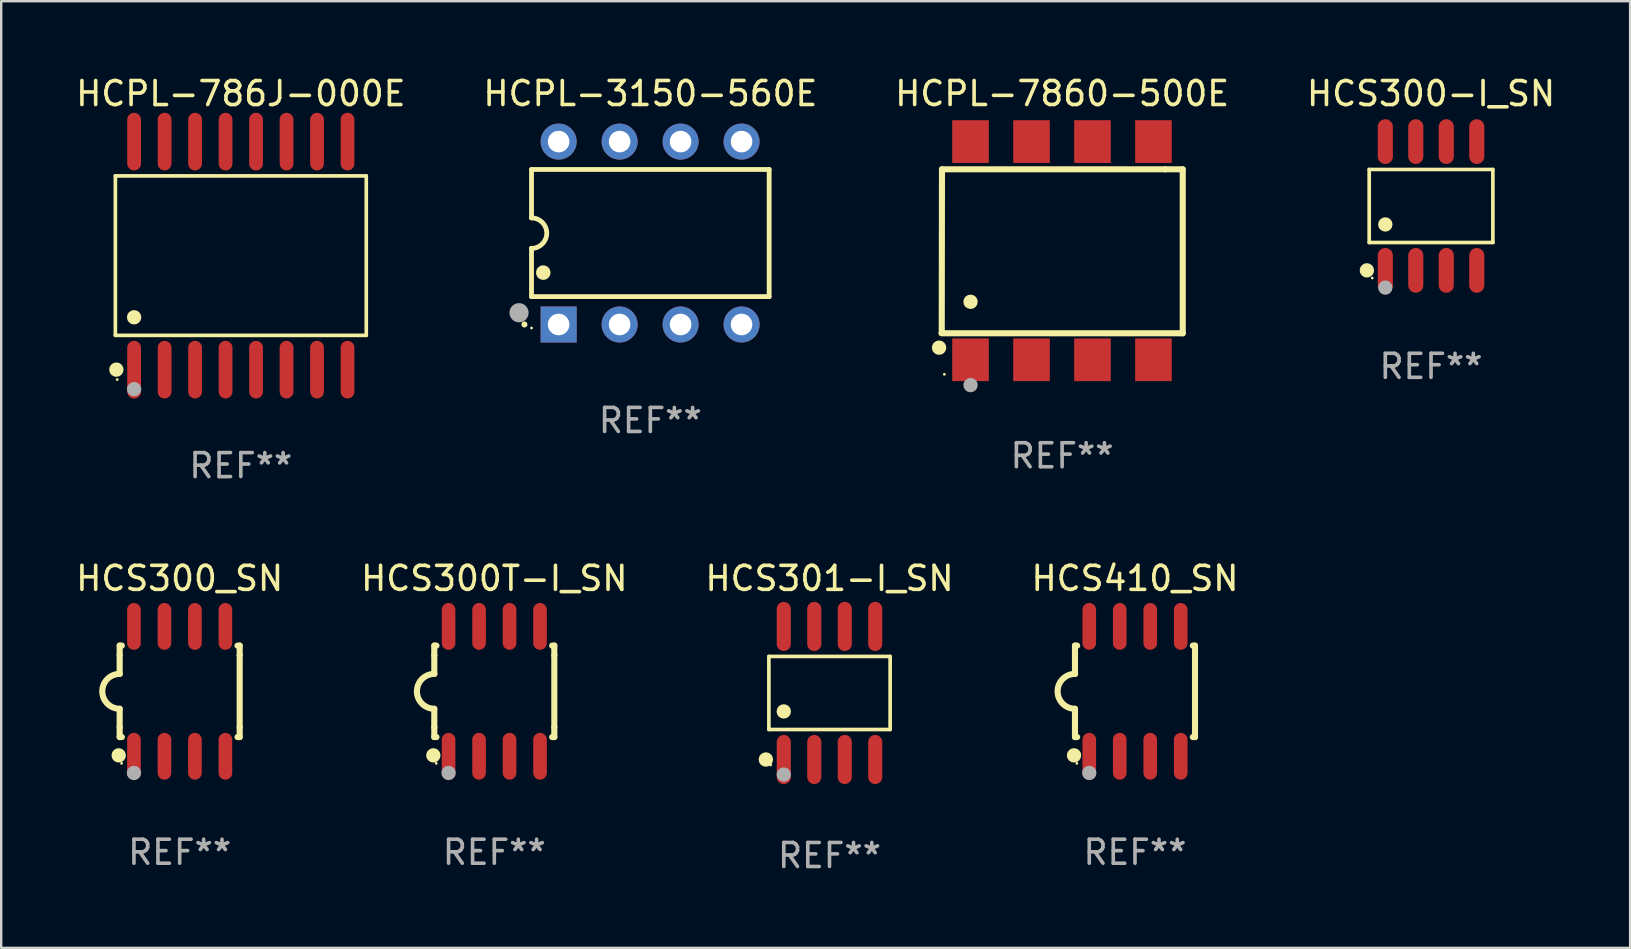
<source format=kicad_pcb>
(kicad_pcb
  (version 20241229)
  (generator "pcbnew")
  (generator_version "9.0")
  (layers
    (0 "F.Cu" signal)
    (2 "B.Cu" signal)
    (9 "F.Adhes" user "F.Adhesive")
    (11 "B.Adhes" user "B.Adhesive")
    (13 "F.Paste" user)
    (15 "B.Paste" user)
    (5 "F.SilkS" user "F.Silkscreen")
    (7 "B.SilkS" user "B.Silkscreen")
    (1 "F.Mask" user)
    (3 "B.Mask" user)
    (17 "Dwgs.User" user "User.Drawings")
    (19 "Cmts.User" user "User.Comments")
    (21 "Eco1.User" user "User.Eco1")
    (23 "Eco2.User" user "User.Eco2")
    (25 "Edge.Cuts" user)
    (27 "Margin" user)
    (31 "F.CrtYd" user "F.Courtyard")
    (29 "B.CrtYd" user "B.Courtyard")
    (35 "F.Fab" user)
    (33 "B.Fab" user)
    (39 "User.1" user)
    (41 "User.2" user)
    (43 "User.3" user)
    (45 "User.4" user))
  (footprint "HCS300T-I_SN"
    (layer "F.Cu")
    (at 17.542 25.75)
    (property "Reference" "HCS300T-I_SN" (at 0 -4.705 0) (layer "F.SilkS") (effects (font (size 1 1) (thickness 0.15))))
    (attr through_hole)
    (fp_line (start -2.5 -1.905) (end -2.409 -1.905) (stroke (width 0.254) (type solid)) (layer "F.SilkS"))
    (fp_line (start -2.5 -1.5) (end -2.5 -1.905) (stroke (width 0.254) (type solid)) (layer "F.SilkS"))
    (fp_line (start -2.5 -1.5) (end -2.5 -0.726) (stroke (width 0.254) (type solid)) (layer "F.SilkS"))
    (fp_line (start -2.5 1.5) (end -2.5 0.727) (stroke (width 0.254) (type solid)) (layer "F.SilkS"))
    (fp_line (start -2.5 1.5) (end -2.5 1.905) (stroke (width 0.254) (type solid)) (layer "F.SilkS"))
    (fp_line (start -2.5 1.905) (end -2.409 1.905) (stroke (width 0.254) (type solid)) (layer "F.SilkS"))
    (fp_line (start 2.5 -1.905) (end 2.409 -1.905) (stroke (width 0.254) (type solid)) (layer "F.SilkS"))
    (fp_line (start 2.5 -1.5) (end 2.5 -1.905) (stroke (width 0.254) (type solid)) (layer "F.SilkS"))
    (fp_line (start 2.5 -1.5) (end 2.5 1.5) (stroke (width 0.254) (type solid)) (layer "F.SilkS"))
    (fp_line (start 2.5 1.5) (end 2.5 1.905) (stroke (width 0.254) (type solid)) (layer "F.SilkS"))
    (fp_line (start 2.5 1.905) (end 2.409 1.905) (stroke (width 0.254) (type solid)) (layer "F.SilkS"))
    (fp_arc (start -2.5 0.726568) (mid -3.220316 -0.0023) (end -2.495097 -0.726289) (stroke (width 0.254001) (type solid)) (layer "F.SilkS"))
    (fp_circle (center -2.54 2.667) (end -2.39 2.667) (stroke (width 0.3) (type solid)) (fill no) (layer "F.SilkS"))
    (fp_circle (center -2.42 3) (end -2.39 3) (stroke (width 0.06) (type solid)) (fill no) (layer "F.SilkS"))
    (fp_circle (center -1.905 3.4) (end -1.755 3.4) (stroke (width 0.3) (type solid)) (fill no) (layer "F.Fab"))
    (fp_text user "REF**" (at 0 6.705 0) (layer "F.Fab") (effects (font (size 1 1) (thickness 0.15))))
    (pad "1" smd oval (at -1.905 2.705) (size 0.568 1.95) (layers "F.Cu" "F.Mask" "F.Paste"))
    (pad "2" smd oval (at -0.635 2.705) (size 0.568 1.95) (layers "F.Cu" "F.Mask" "F.Paste"))
    (pad "3" smd oval (at 0.635 2.705) (size 0.568 1.95) (layers "F.Cu" "F.Mask" "F.Paste"))
    (pad "4" smd oval (at 1.905 2.705) (size 0.568 1.95) (layers "F.Cu" "F.Mask" "F.Paste"))
    (pad "5" smd oval (at 1.905 -2.705) (size 0.568 1.95) (layers "F.Cu" "F.Mask" "F.Paste"))
    (pad "6" smd oval (at 0.635 -2.705) (size 0.568 1.95) (layers "F.Cu" "F.Mask" "F.Paste"))
    (pad "7" smd oval (at -0.635 -2.705) (size 0.568 1.95) (layers "F.Cu" "F.Mask" "F.Paste"))
    (pad "8" smd oval (at -1.905 -2.705) (size 0.568 1.95) (layers "F.Cu" "F.Mask" "F.Paste")))
  (footprint "HCS301-I_SN"
    (layer "F.Cu")
    (at 31.506 25.818)
    (property "Reference" "HCS301-I_SN" (at 0 -4.772 0) (layer "F.SilkS") (effects (font (size 1 1) (thickness 0.15))))
    (attr through_hole)
    (fp_line (start -2.526 -1.521) (end 2.526 -1.521) (stroke (width 0.152) (type solid)) (layer "F.SilkS"))
    (fp_line (start -2.526 1.521) (end -2.526 -1.521) (stroke (width 0.152) (type solid)) (layer "F.SilkS"))
    (fp_line (start 2.526 -1.521) (end 2.526 1.521) (stroke (width 0.152) (type solid)) (layer "F.SilkS"))
    (fp_line (start 2.526 1.521) (end -2.526 1.521) (stroke (width 0.152) (type solid)) (layer "F.SilkS"))
    (fp_circle (center -2.652 2.772) (end -2.501 2.772) (stroke (width 0.3) (type solid)) (fill no) (layer "F.SilkS"))
    (fp_circle (center -2.45 3) (end -2.42 3) (stroke (width 0.06) (type solid)) (fill no) (layer "F.SilkS"))
    (fp_circle (center -1.905 0.769) (end -1.755 0.769) (stroke (width 0.3) (type solid)) (fill no) (layer "F.SilkS"))
    (fp_circle (center -1.905 3.4) (end -1.755 3.4) (stroke (width 0.3) (type solid)) (fill no) (layer "F.Fab"))
    (fp_text user "REF**" (at 0 6.772 0) (layer "F.Fab") (effects (font (size 1 1) (thickness 0.15))))
    (pad "1" smd oval (at -1.905 2.772) (size 0.588 2.045) (layers "F.Cu" "F.Mask" "F.Paste"))
    (pad "2" smd oval (at -0.635 2.772) (size 0.588 2.045) (layers "F.Cu" "F.Mask" "F.Paste"))
    (pad "3" smd oval (at 0.635 2.772) (size 0.588 2.045) (layers "F.Cu" "F.Mask" "F.Paste"))
    (pad "4" smd oval (at 1.905 2.772) (size 0.588 2.045) (layers "F.Cu" "F.Mask" "F.Paste"))
    (pad "5" smd oval (at 1.905 -2.772) (size 0.588 2.045) (layers "F.Cu" "F.Mask" "F.Paste"))
    (pad "6" smd oval (at 0.635 -2.772) (size 0.588 2.045) (layers "F.Cu" "F.Mask" "F.Paste"))
    (pad "7" smd oval (at -0.635 -2.772) (size 0.588 2.045) (layers "F.Cu" "F.Mask" "F.Paste"))
    (pad "8" smd oval (at -1.905 -2.772) (size 0.588 2.045) (layers "F.Cu" "F.Mask" "F.Paste")))
  (footprint "HCS300-I_SN"
    (layer "F.Cu")
    (at 56.565 5.531)
    (property "Reference" "HCS300-I_SN" (at 0 -4.682 0) (layer "F.SilkS") (effects (font (size 1 1) (thickness 0.15))))
    (attr through_hole)
    (fp_line (start -2.576 -1.521) (end 2.576 -1.521) (stroke (width 0.152) (type solid)) (layer "F.SilkS"))
    (fp_line (start -2.576 1.521) (end -2.576 -1.521) (stroke (width 0.152) (type solid)) (layer "F.SilkS"))
    (fp_line (start 2.576 -1.521) (end 2.576 1.521) (stroke (width 0.152) (type solid)) (layer "F.SilkS"))
    (fp_line (start 2.576 1.521) (end -2.576 1.521) (stroke (width 0.152) (type solid)) (layer "F.SilkS"))
    (fp_circle (center -2.672 2.682) (end -2.522 2.682) (stroke (width 0.3) (type solid)) (fill no) (layer "F.SilkS"))
    (fp_circle (center -2.45 3) (end -2.42 3) (stroke (width 0.06) (type solid)) (fill no) (layer "F.SilkS"))
    (fp_circle (center -1.905 0.769) (end -1.755 0.769) (stroke (width 0.3) (type solid)) (fill no) (layer "F.SilkS"))
    (fp_circle (center -1.905 3.4) (end -1.755 3.4) (stroke (width 0.3) (type solid)) (fill no) (layer "F.Fab"))
    (fp_text user "REF**" (at 0 6.682 0) (layer "F.Fab") (effects (font (size 1 1) (thickness 0.15))))
    (pad "1" smd oval (at -1.905 2.682) (size 0.63 1.865) (layers "F.Cu" "F.Mask" "F.Paste"))
    (pad "2" smd oval (at -0.635 2.682) (size 0.63 1.865) (layers "F.Cu" "F.Mask" "F.Paste"))
    (pad "3" smd oval (at 0.635 2.682) (size 0.63 1.865) (layers "F.Cu" "F.Mask" "F.Paste"))
    (pad "4" smd oval (at 1.905 2.682) (size 0.63 1.865) (layers "F.Cu" "F.Mask" "F.Paste"))
    (pad "5" smd oval (at 1.905 -2.682) (size 0.63 1.865) (layers "F.Cu" "F.Mask" "F.Paste"))
    (pad "6" smd oval (at 0.635 -2.682) (size 0.63 1.865) (layers "F.Cu" "F.Mask" "F.Paste"))
    (pad "7" smd oval (at -0.635 -2.682) (size 0.63 1.865) (layers "F.Cu" "F.Mask" "F.Paste"))
    (pad "8" smd oval (at -1.905 -2.682) (size 0.63 1.865) (layers "F.Cu" "F.Mask" "F.Paste")))
  (footprint "HCPL-3150-560E"
    (layer "F.Cu")
    (at 24.042 6.658)
    (property "Reference" "HCPL-3150-560E" (at 0 -5.81 0) (layer "F.SilkS") (effects (font (size 1 1) (thickness 0.15))))
    (attr through_hole)
    (fp_line (start -4.95 -2.649) (end 4.95 -2.649) (stroke (width 0.2) (type solid)) (layer "F.SilkS"))
    (fp_line (start -4.95 -0.635) (end -4.95 -2.649) (stroke (width 0.2) (type solid)) (layer "F.SilkS"))
    (fp_line (start -4.95 0.635) (end -4.95 0.64) (stroke (width 0.2) (type solid)) (layer "F.SilkS"))
    (fp_line (start -4.95 2.649) (end -4.95 0.635) (stroke (width 0.2) (type solid)) (layer "F.SilkS"))
    (fp_line (start -4.95 -0.64) (end -4.95 -0.635) (stroke (width 0.2) (type solid)) (layer "F.SilkS"))
    (fp_line (start 4.95 -2.649) (end 4.95 2.649) (stroke (width 0.2) (type solid)) (layer "F.SilkS"))
    (fp_line (start 4.95 2.649) (end -4.95 2.649) (stroke (width 0.2) (type solid)) (layer "F.SilkS"))
    (fp_arc (start -5.24511 3.810008) (mid -5.245117 3.808738) (end -5.24511 3.807468) (stroke (width 0.25) (type solid)) (layer "F.SilkS"))
    (fp_arc (start -4.950165 -0.629997) (mid -4.315164 0.005004) (end -4.950165 0.640005) (stroke (width 0.2) (type solid)) (layer "F.SilkS"))
    (fp_arc (start -4.460249 1.651003) (mid -4.46026 1.648463) (end -4.460249 1.645923) (stroke (width 0.6) (type solid)) (layer "F.SilkS"))
    (fp_circle (center -4.95 3.956) (end -4.92 3.956) (stroke (width 0.06) (type solid)) (fill no) (layer "F.SilkS"))
    (fp_circle (center -5.47 3.32) (end -5.27 3.32) (stroke (width 0.4) (type solid)) (fill no) (layer "F.Fab"))
    (fp_text user "REF**" (at 0 7.81 0) (layer "F.Fab") (effects (font (size 1 1) (thickness 0.15))))
    (pad "1" thru_hole rect (at -3.82 3.81) (size 1.5 1.5) (drill 0.9) (layers "*.Cu" "*.Mask"))
    (pad "2" thru_hole circle (at -1.28 3.81) (size 1.5 1.5) (drill 0.9) (layers "*.Cu" "*.Mask"))
    (pad "3" thru_hole circle (at 1.26 3.81) (size 1.5 1.5) (drill 0.9) (layers "*.Cu" "*.Mask"))
    (pad "4" thru_hole circle (at 3.8 3.81) (size 1.5 1.5) (drill 0.9) (layers "*.Cu" "*.Mask"))
    (pad "5" thru_hole circle (at 3.8 -3.81) (size 1.5 1.5) (drill 0.9) (layers "*.Cu" "*.Mask"))
    (pad "6" thru_hole circle (at 1.26 -3.81) (size 1.5 1.5) (drill 0.9) (layers "*.Cu" "*.Mask"))
    (pad "7" thru_hole circle (at -1.28 -3.81) (size 1.5 1.5) (drill 0.9) (layers "*.Cu" "*.Mask"))
    (pad "8" thru_hole circle (at -3.82 -3.81) (size 1.5 1.5) (drill 0.9) (layers "*.Cu" "*.Mask")))
  (footprint "HCPL-786J-000E"
    (layer "F.Cu")
    (at 6.982 7.599)
    (property "Reference" "HCPL-786J-000E" (at 0 -6.75 0) (layer "F.SilkS") (effects (font (size 1 1) (thickness 0.15))))
    (attr through_hole)
    (fp_line (start -5.226 -3.321) (end 5.226 -3.321) (stroke (width 0.152) (type solid)) (layer "F.SilkS"))
    (fp_line (start -5.226 3.321) (end -5.226 -3.321) (stroke (width 0.152) (type solid)) (layer "F.SilkS"))
    (fp_line (start 5.226 -3.321) (end 5.226 3.321) (stroke (width 0.152) (type solid)) (layer "F.SilkS"))
    (fp_line (start 5.226 3.321) (end -5.226 3.321) (stroke (width 0.152) (type solid)) (layer "F.SilkS"))
    (fp_circle (center -5.184 4.75) (end -5.034 4.75) (stroke (width 0.3) (type solid)) (fill no) (layer "F.SilkS"))
    (fp_circle (center -5.15 5.163) (end -5.12 5.163) (stroke (width 0.06) (type solid)) (fill no) (layer "F.SilkS"))
    (fp_circle (center -4.445 2.569) (end -4.295 2.569) (stroke (width 0.3) (type solid)) (fill no) (layer "F.SilkS"))
    (fp_circle (center -4.445 5.563) (end -4.295 5.563) (stroke (width 0.3) (type solid)) (fill no) (layer "F.Fab"))
    (fp_text user "REF**" (at 0 8.75 0) (layer "F.Fab") (effects (font (size 1 1) (thickness 0.15))))
    (pad "1" smd oval (at -4.445 4.75) (size 0.574 2.401) (layers "F.Cu" "F.Mask" "F.Paste"))
    (pad "2" smd oval (at -3.175 4.75) (size 0.574 2.401) (layers "F.Cu" "F.Mask" "F.Paste"))
    (pad "3" smd oval (at -1.905 4.75) (size 0.574 2.401) (layers "F.Cu" "F.Mask" "F.Paste"))
    (pad "4" smd oval (at -0.635 4.75) (size 0.574 2.401) (layers "F.Cu" "F.Mask" "F.Paste"))
    (pad "5" smd oval (at 0.635 4.75) (size 0.574 2.401) (layers "F.Cu" "F.Mask" "F.Paste"))
    (pad "6" smd oval (at 1.905 4.75) (size 0.574 2.401) (layers "F.Cu" "F.Mask" "F.Paste"))
    (pad "7" smd oval (at 3.175 4.75) (size 0.574 2.401) (layers "F.Cu" "F.Mask" "F.Paste"))
    (pad "8" smd oval (at 4.445 4.75) (size 0.574 2.401) (layers "F.Cu" "F.Mask" "F.Paste"))
    (pad "9" smd oval (at 4.445 -4.75) (size 0.574 2.401) (layers "F.Cu" "F.Mask" "F.Paste"))
    (pad "10" smd oval (at 3.175 -4.75) (size 0.574 2.401) (layers "F.Cu" "F.Mask" "F.Paste"))
    (pad "11" smd oval (at 1.905 -4.75) (size 0.574 2.401) (layers "F.Cu" "F.Mask" "F.Paste"))
    (pad "12" smd oval (at 0.635 -4.75) (size 0.574 2.401) (layers "F.Cu" "F.Mask" "F.Paste"))
    (pad "13" smd oval (at -0.635 -4.75) (size 0.574 2.401) (layers "F.Cu" "F.Mask" "F.Paste"))
    (pad "14" smd oval (at -1.905 -4.75) (size 0.574 2.401) (layers "F.Cu" "F.Mask" "F.Paste"))
    (pad "15" smd oval (at -3.175 -4.75) (size 0.574 2.401) (layers "F.Cu" "F.Mask" "F.Paste"))
    (pad "16" smd oval (at -4.445 -4.75) (size 0.574 2.401) (layers "F.Cu" "F.Mask" "F.Paste")))
  (footprint "HCS300_SN"
    (layer "F.Cu")
    (at 4.435 25.75)
    (property "Reference" "HCS300_SN" (at 0 -4.705 0) (layer "F.SilkS") (effects (font (size 1 1) (thickness 0.15))))
    (attr through_hole)
    (fp_line (start -2.5 -1.905) (end -2.409 -1.905) (stroke (width 0.254) (type solid)) (layer "F.SilkS"))
    (fp_line (start -2.5 -1.5) (end -2.5 -1.905) (stroke (width 0.254) (type solid)) (layer "F.SilkS"))
    (fp_line (start -2.5 -1.5) (end -2.5 -0.726) (stroke (width 0.254) (type solid)) (layer "F.SilkS"))
    (fp_line (start -2.5 1.5) (end -2.5 0.727) (stroke (width 0.254) (type solid)) (layer "F.SilkS"))
    (fp_line (start -2.5 1.5) (end -2.5 1.905) (stroke (width 0.254) (type solid)) (layer "F.SilkS"))
    (fp_line (start -2.5 1.905) (end -2.409 1.905) (stroke (width 0.254) (type solid)) (layer "F.SilkS"))
    (fp_line (start 2.5 -1.905) (end 2.409 -1.905) (stroke (width 0.254) (type solid)) (layer "F.SilkS"))
    (fp_line (start 2.5 -1.5) (end 2.5 -1.905) (stroke (width 0.254) (type solid)) (layer "F.SilkS"))
    (fp_line (start 2.5 -1.5) (end 2.5 1.5) (stroke (width 0.254) (type solid)) (layer "F.SilkS"))
    (fp_line (start 2.5 1.5) (end 2.5 1.905) (stroke (width 0.254) (type solid)) (layer "F.SilkS"))
    (fp_line (start 2.5 1.905) (end 2.409 1.905) (stroke (width 0.254) (type solid)) (layer "F.SilkS"))
    (fp_arc (start -2.5 0.726568) (mid -3.220316 -0.0023) (end -2.495097 -0.726289) (stroke (width 0.254001) (type solid)) (layer "F.SilkS"))
    (fp_circle (center -2.54 2.667) (end -2.39 2.667) (stroke (width 0.3) (type solid)) (fill no) (layer "F.SilkS"))
    (fp_circle (center -2.42 3) (end -2.39 3) (stroke (width 0.06) (type solid)) (fill no) (layer "F.SilkS"))
    (fp_circle (center -1.905 3.4) (end -1.755 3.4) (stroke (width 0.3) (type solid)) (fill no) (layer "F.Fab"))
    (fp_text user "REF**" (at 0 6.705 0) (layer "F.Fab") (effects (font (size 1 1) (thickness 0.15))))
    (pad "1" smd oval (at -1.905 2.705) (size 0.568 1.95) (layers "F.Cu" "F.Mask" "F.Paste"))
    (pad "2" smd oval (at -0.635 2.705) (size 0.568 1.95) (layers "F.Cu" "F.Mask" "F.Paste"))
    (pad "3" smd oval (at 0.635 2.705) (size 0.568 1.95) (layers "F.Cu" "F.Mask" "F.Paste"))
    (pad "4" smd oval (at 1.905 2.705) (size 0.568 1.95) (layers "F.Cu" "F.Mask" "F.Paste"))
    (pad "5" smd oval (at 1.905 -2.705) (size 0.568 1.95) (layers "F.Cu" "F.Mask" "F.Paste"))
    (pad "6" smd oval (at 0.635 -2.705) (size 0.568 1.95) (layers "F.Cu" "F.Mask" "F.Paste"))
    (pad "7" smd oval (at -0.635 -2.705) (size 0.568 1.95) (layers "F.Cu" "F.Mask" "F.Paste"))
    (pad "8" smd oval (at -1.905 -2.705) (size 0.568 1.95) (layers "F.Cu" "F.Mask" "F.Paste")))
  (footprint "HCS410_SN"
    (layer "F.Cu")
    (at 44.232 25.75)
    (property "Reference" "HCS410_SN" (at 0 -4.705 0) (layer "F.SilkS") (effects (font (size 1 1) (thickness 0.15))))
    (attr through_hole)
    (fp_line (start -2.5 -1.905) (end -2.409 -1.905) (stroke (width 0.254) (type solid)) (layer "F.SilkS"))
    (fp_line (start -2.5 -1.5) (end -2.5 -1.905) (stroke (width 0.254) (type solid)) (layer "F.SilkS"))
    (fp_line (start -2.5 -1.5) (end -2.5 -0.726) (stroke (width 0.254) (type solid)) (layer "F.SilkS"))
    (fp_line (start -2.5 1.5) (end -2.5 0.727) (stroke (width 0.254) (type solid)) (layer "F.SilkS"))
    (fp_line (start -2.5 1.5) (end -2.5 1.905) (stroke (width 0.254) (type solid)) (layer "F.SilkS"))
    (fp_line (start -2.5 1.905) (end -2.409 1.905) (stroke (width 0.254) (type solid)) (layer "F.SilkS"))
    (fp_line (start 2.5 -1.905) (end 2.409 -1.905) (stroke (width 0.254) (type solid)) (layer "F.SilkS"))
    (fp_line (start 2.5 -1.5) (end 2.5 -1.905) (stroke (width 0.254) (type solid)) (layer "F.SilkS"))
    (fp_line (start 2.5 -1.5) (end 2.5 1.5) (stroke (width 0.254) (type solid)) (layer "F.SilkS"))
    (fp_line (start 2.5 1.5) (end 2.5 1.905) (stroke (width 0.254) (type solid)) (layer "F.SilkS"))
    (fp_line (start 2.5 1.905) (end 2.409 1.905) (stroke (width 0.254) (type solid)) (layer "F.SilkS"))
    (fp_arc (start -2.5 0.726568) (mid -3.220316 -0.0023) (end -2.495097 -0.726289) (stroke (width 0.254001) (type solid)) (layer "F.SilkS"))
    (fp_circle (center -2.54 2.667) (end -2.39 2.667) (stroke (width 0.3) (type solid)) (fill no) (layer "F.SilkS"))
    (fp_circle (center -2.42 3) (end -2.39 3) (stroke (width 0.06) (type solid)) (fill no) (layer "F.SilkS"))
    (fp_circle (center -1.905 3.4) (end -1.755 3.4) (stroke (width 0.3) (type solid)) (fill no) (layer "F.Fab"))
    (fp_text user "REF**" (at 0 6.705 0) (layer "F.Fab") (effects (font (size 1 1) (thickness 0.15))))
    (pad "1" smd oval (at -1.905 2.705) (size 0.568 1.95) (layers "F.Cu" "F.Mask" "F.Paste"))
    (pad "2" smd oval (at -0.635 2.705) (size 0.568 1.95) (layers "F.Cu" "F.Mask" "F.Paste"))
    (pad "3" smd oval (at 0.635 2.705) (size 0.568 1.95) (layers "F.Cu" "F.Mask" "F.Paste"))
    (pad "4" smd oval (at 1.905 2.705) (size 0.568 1.95) (layers "F.Cu" "F.Mask" "F.Paste"))
    (pad "5" smd oval (at 1.905 -2.705) (size 0.568 1.95) (layers "F.Cu" "F.Mask" "F.Paste"))
    (pad "6" smd oval (at 0.635 -2.705) (size 0.568 1.95) (layers "F.Cu" "F.Mask" "F.Paste"))
    (pad "7" smd oval (at -0.635 -2.705) (size 0.568 1.95) (layers "F.Cu" "F.Mask" "F.Paste"))
    (pad "8" smd oval (at -1.905 -2.705) (size 0.568 1.95) (layers "F.Cu" "F.Mask" "F.Paste")))
  (footprint "HCPL-7860-500E"
    (layer "F.Cu")
    (at 41.196 7.393)
    (property "Reference" "HCPL-7860-500E" (at 0 -6.545 0) (layer "F.SilkS") (effects (font (size 1 1) (thickness 0.15))))
    (attr through_hole)
    (fp_line (start -5.005 -3.39) (end -5.015 3.42) (stroke (width 0.254) (type solid)) (layer "F.SilkS"))
    (fp_line (start 4.285 -3.39) (end -5.005 -3.39) (stroke (width 0.254) (type solid)) (layer "F.SilkS"))
    (fp_line (start 4.285 -3.39) (end 5.025 -3.39) (stroke (width 0.254) (type solid)) (layer "F.SilkS"))
    (fp_line (start 5.025 -3.39) (end 5.025 3.44) (stroke (width 0.254) (type solid)) (layer "F.SilkS"))
    (fp_line (start 5.025 3.44) (end -5.025 3.44) (stroke (width 0.254) (type solid)) (layer "F.SilkS"))
    (fp_circle (center -5.125 4.04) (end -4.975 4.04) (stroke (width 0.3) (type solid)) (fill no) (layer "F.SilkS"))
    (fp_circle (center -4.905 5.15) (end -4.875 5.15) (stroke (width 0.06) (type solid)) (fill no) (layer "F.SilkS"))
    (fp_circle (center -3.815 2.129) (end -3.665 2.129) (stroke (width 0.3) (type solid)) (fill no) (layer "F.SilkS"))
    (fp_circle (center -3.815 5.6) (end -3.665 5.6) (stroke (width 0.3) (type solid)) (fill no) (layer "F.Fab"))
    (fp_text user "REF**" (at 0 8.545 0) (layer "F.Fab") (effects (font (size 1 1) (thickness 0.15))))
    (pad "1" smd rect (at -3.815 4.545) (size 1.525 1.78) (layers "F.Cu" "F.Mask" "F.Paste"))
    (pad "2" smd rect (at -1.275 4.545) (size 1.525 1.78) (layers "F.Cu" "F.Mask" "F.Paste"))
    (pad "3" smd rect (at 1.265 4.545) (size 1.525 1.78) (layers "F.Cu" "F.Mask" "F.Paste"))
    (pad "4" smd rect (at 3.805 4.545) (size 1.525 1.78) (layers "F.Cu" "F.Mask" "F.Paste"))
    (pad "5" smd rect (at 3.805 -4.545) (size 1.525 1.78) (layers "F.Cu" "F.Mask" "F.Paste"))
    (pad "6" smd rect (at 1.265 -4.545) (size 1.525 1.78) (layers "F.Cu" "F.Mask" "F.Paste"))
    (pad "7" smd rect (at -1.275 -4.545) (size 1.525 1.78) (layers "F.Cu" "F.Mask" "F.Paste"))
    (pad "8" smd rect (at -3.815 -4.545) (size 1.525 1.78) (layers "F.Cu" "F.Mask" "F.Paste")))
  (gr_rect
    (start -3 -3)
    (end 64.857 36.438)
    (stroke (width 0.1) (type default))
    (fill no)
    (layer "Edge.Cuts")))
</source>
